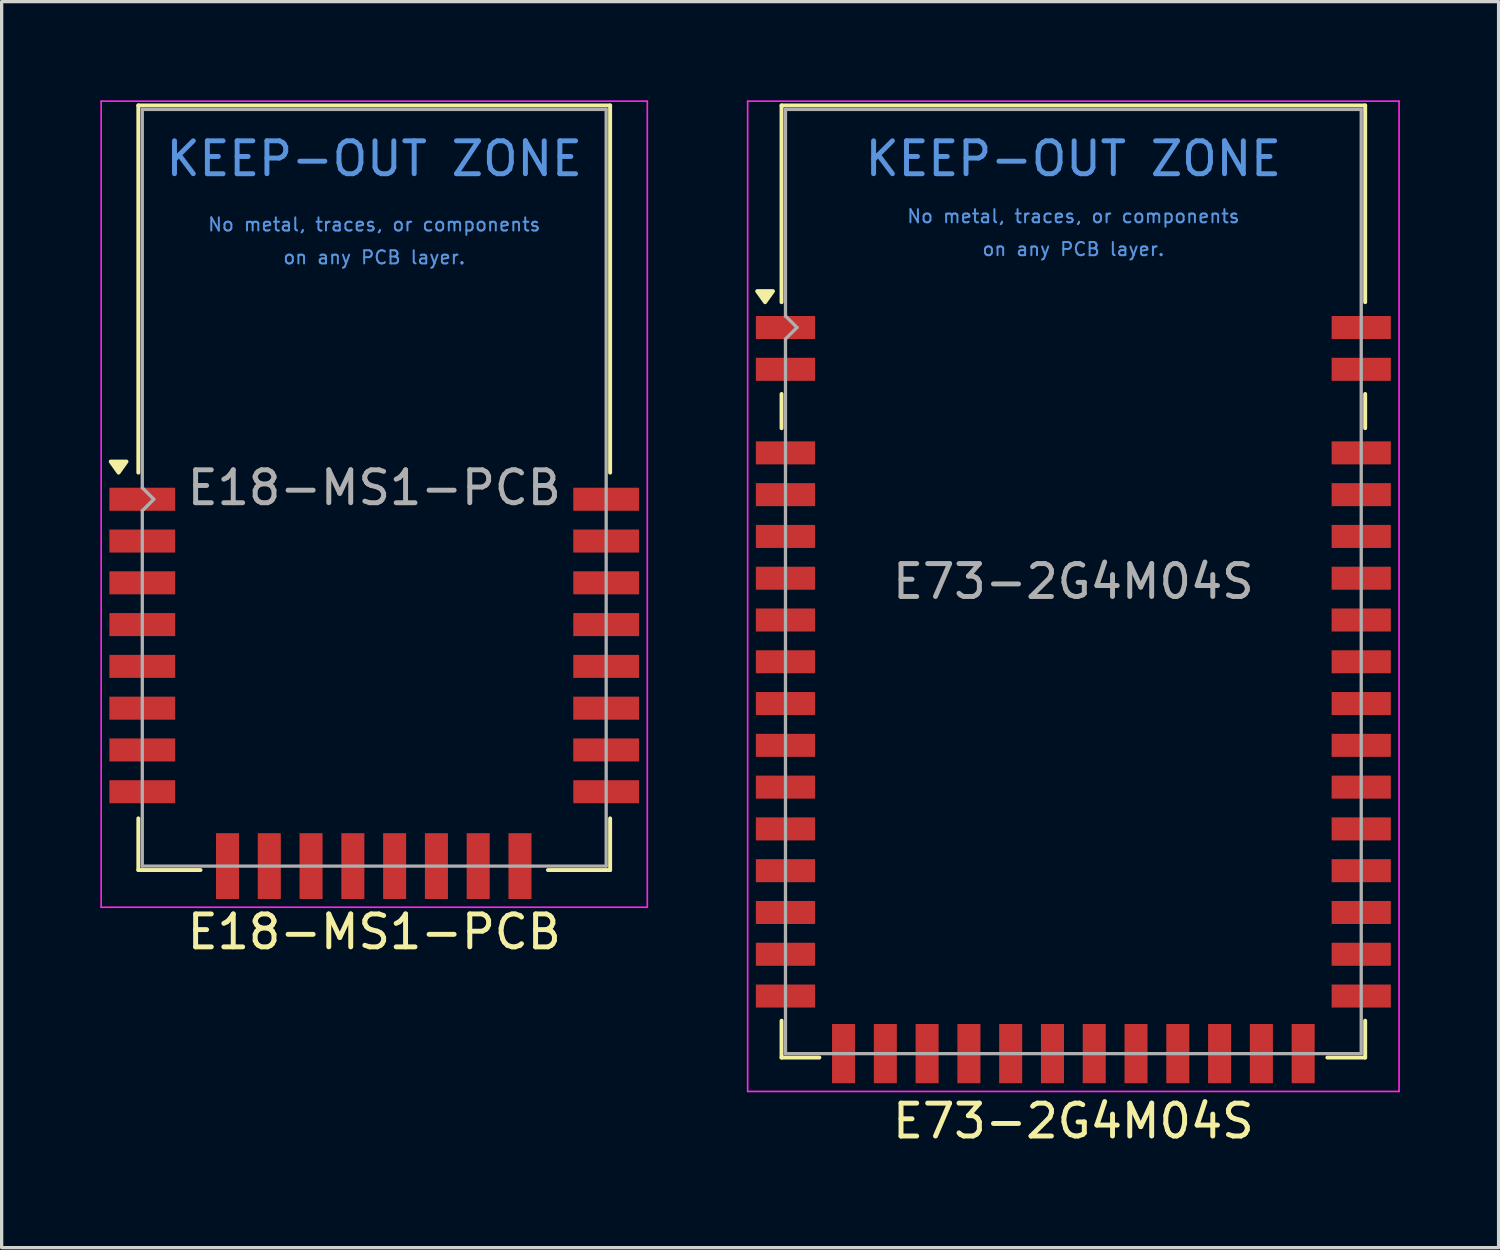
<source format=kicad_pcb>
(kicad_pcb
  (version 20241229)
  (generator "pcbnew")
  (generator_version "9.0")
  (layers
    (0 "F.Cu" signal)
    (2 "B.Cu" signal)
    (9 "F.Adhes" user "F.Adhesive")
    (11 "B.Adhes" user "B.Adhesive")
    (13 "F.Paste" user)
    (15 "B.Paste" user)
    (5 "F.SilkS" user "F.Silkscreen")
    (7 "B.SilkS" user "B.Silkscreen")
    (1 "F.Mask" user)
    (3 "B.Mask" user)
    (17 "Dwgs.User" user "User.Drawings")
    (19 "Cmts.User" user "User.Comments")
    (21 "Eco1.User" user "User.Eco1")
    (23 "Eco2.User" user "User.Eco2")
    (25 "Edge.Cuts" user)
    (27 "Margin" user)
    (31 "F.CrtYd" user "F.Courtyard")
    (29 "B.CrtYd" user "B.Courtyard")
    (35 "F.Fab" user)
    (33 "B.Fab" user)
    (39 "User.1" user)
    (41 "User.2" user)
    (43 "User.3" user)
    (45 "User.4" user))
  (footprint "E73-2G4M04S"
    (layer "F.Cu")
    (at 29.575 14.625)
    (property "Reference" "E73-2G4M04S" (at 0 16.4 0) (layer "F.SilkS") (effects (font (size 1 1) (thickness 0.15))))
    (attr smd)
    (fp_line (start -8.87 -14.47) (end -8.87 -8.49) (stroke (width 0.12) (type solid)) (layer "F.SilkS"))
    (fp_line (start -8.87 -5.7) (end -8.87 -4.66) (stroke (width 0.12) (type solid)) (layer "F.SilkS"))
    (fp_line (start -8.87 14.47) (end -8.87 13.35) (stroke (width 0.12) (type solid)) (layer "F.SilkS"))
    (fp_line (start -8.87 14.47) (end -7.72 14.47) (stroke (width 0.12) (type solid)) (layer "F.SilkS"))
    (fp_line (start 8.87 -14.47) (end -8.87 -14.47) (stroke (width 0.12) (type solid)) (layer "F.SilkS"))
    (fp_line (start 8.87 -14.47) (end 8.87 -8.49) (stroke (width 0.12) (type solid)) (layer "F.SilkS"))
    (fp_line (start 8.87 -5.7) (end 8.87 -4.66) (stroke (width 0.12) (type solid)) (layer "F.SilkS"))
    (fp_line (start 8.87 14.47) (end 7.72 14.47) (stroke (width 0.12) (type solid)) (layer "F.SilkS"))
    (fp_line (start 8.87 14.47) (end 8.87 13.35) (stroke (width 0.12) (type solid)) (layer "F.SilkS"))
    (fp_poly (pts (xy -9.37 -8.49) (xy -9.61 -8.826) (xy -9.13 -8.826) (xy -9.37 -8.49)) (stroke (width 0.12) (type solid)) (fill yes) (layer "F.SilkS"))
    (fp_line (start -9.9 -14.6) (end -9.9 15.5) (stroke (width 0.05) (type solid)) (layer "F.CrtYd"))
    (fp_line (start -9.9 15.5) (end 9.9 15.5) (stroke (width 0.05) (type solid)) (layer "F.CrtYd"))
    (fp_line (start 9.9 -14.6) (end -9.9 -14.6) (stroke (width 0.05) (type solid)) (layer "F.CrtYd"))
    (fp_line (start 9.9 15.5) (end 9.9 -14.6) (stroke (width 0.05) (type solid)) (layer "F.CrtYd"))
    (fp_line (start -8.75 -8.07) (end -8.75 -14.35) (stroke (width 0.1) (type solid)) (layer "F.Fab"))
    (fp_line (start -8.75 -8.07) (end -8.4 -7.72) (stroke (width 0.1) (type solid)) (layer "F.Fab"))
    (fp_line (start -8.75 -7.37) (end -8.75 14.35) (stroke (width 0.1) (type solid)) (layer "F.Fab"))
    (fp_line (start -8.75 14.35) (end 8.75 14.35) (stroke (width 0.1) (type solid)) (layer "F.Fab"))
    (fp_line (start -8.4 -7.72) (end -8.75 -7.37) (stroke (width 0.1) (type solid)) (layer "F.Fab"))
    (fp_line (start 8.75 -14.35) (end -8.75 -14.35) (stroke (width 0.1) (type solid)) (layer "F.Fab"))
    (fp_line (start 8.75 14.35) (end 8.75 -14.35) (stroke (width 0.1) (type solid)) (layer "F.Fab"))
    (fp_text user "on any PCB layer." (at 0 -10.1 0) (layer "Cmts.User") (effects (font (size 0.4 0.4) (thickness 0.06))))
    (fp_text user "No metal, traces, or components" (at 0 -11.1 0) (layer "Cmts.User") (effects (font (size 0.4 0.4) (thickness 0.06))))
    (fp_text user "KEEP-OUT ZONE" (at 0 -12.85 0) (layer "Cmts.User") (effects (font (size 1 1) (thickness 0.15))))
    (fp_text user "${REFERENCE}" (at 0 0 0) (layer "F.Fab") (effects (font (size 1 1) (thickness 0.15))))
    (pad "0" smd rect (at -8.75 -7.72) (size 1.8 0.7) (layers "F.Cu" "F.Mask" "F.Paste"))
    (pad "1" smd rect (at -8.75 -6.45) (size 1.8 0.7) (layers "F.Cu" "F.Mask" "F.Paste"))
    (pad "2" smd rect (at -8.75 -3.91) (size 1.8 0.7) (layers "F.Cu" "F.Mask" "F.Paste"))
    (pad "3" smd rect (at -8.75 -2.64) (size 1.8 0.7) (layers "F.Cu" "F.Mask" "F.Paste"))
    (pad "4" smd rect (at -8.75 -1.37) (size 1.8 0.7) (layers "F.Cu" "F.Mask" "F.Paste"))
    (pad "5" smd rect (at -8.75 -0.1) (size 1.8 0.7) (layers "F.Cu" "F.Mask" "F.Paste"))
    (pad "6" smd rect (at -8.75 1.17) (size 1.8 0.7) (layers "F.Cu" "F.Mask" "F.Paste"))
    (pad "7" smd rect (at -8.75 2.44) (size 1.8 0.7) (layers "F.Cu" "F.Mask" "F.Paste"))
    (pad "8" smd rect (at -8.75 3.71) (size 1.8 0.7) (layers "F.Cu" "F.Mask" "F.Paste"))
    (pad "9" smd rect (at -8.75 4.98) (size 1.8 0.7) (layers "F.Cu" "F.Mask" "F.Paste"))
    (pad "10" smd rect (at -8.75 6.25) (size 1.8 0.7) (layers "F.Cu" "F.Mask" "F.Paste"))
    (pad "11" smd rect (at -8.75 7.52) (size 1.8 0.7) (layers "F.Cu" "F.Mask" "F.Paste"))
    (pad "12" smd rect (at -8.75 8.79) (size 1.8 0.7) (layers "F.Cu" "F.Mask" "F.Paste"))
    (pad "13" smd rect (at -8.75 10.06) (size 1.8 0.7) (layers "F.Cu" "F.Mask" "F.Paste"))
    (pad "14" smd rect (at -8.75 11.33) (size 1.8 0.7) (layers "F.Cu" "F.Mask" "F.Paste"))
    (pad "15" smd rect (at -8.75 12.6) (size 1.8 0.7) (layers "F.Cu" "F.Mask" "F.Paste"))
    (pad "16" smd rect (at -6.985 14.35) (size 0.7 1.8) (layers "F.Cu" "F.Mask" "F.Paste"))
    (pad "17" smd rect (at -5.715 14.35) (size 0.7 1.8) (layers "F.Cu" "F.Mask" "F.Paste"))
    (pad "18" smd rect (at -4.445 14.35) (size 0.7 1.8) (layers "F.Cu" "F.Mask" "F.Paste"))
    (pad "19" smd rect (at -3.175 14.35) (size 0.7 1.8) (layers "F.Cu" "F.Mask" "F.Paste"))
    (pad "20" smd rect (at -1.905 14.35) (size 0.7 1.8) (layers "F.Cu" "F.Mask" "F.Paste"))
    (pad "21" smd rect (at -0.635 14.35) (size 0.7 1.8) (layers "F.Cu" "F.Mask" "F.Paste"))
    (pad "22" smd rect (at 0.635 14.35) (size 0.7 1.8) (layers "F.Cu" "F.Mask" "F.Paste"))
    (pad "23" smd rect (at 1.905 14.35) (size 0.7 1.8) (layers "F.Cu" "F.Mask" "F.Paste"))
    (pad "24" smd rect (at 3.175 14.35) (size 0.7 1.8) (layers "F.Cu" "F.Mask" "F.Paste"))
    (pad "25" smd rect (at 4.445 14.35) (size 0.7 1.8) (layers "F.Cu" "F.Mask" "F.Paste"))
    (pad "26" smd rect (at 5.715 14.35) (size 0.7 1.8) (layers "F.Cu" "F.Mask" "F.Paste"))
    (pad "27" smd rect (at 6.985 14.35) (size 0.7 1.8) (layers "F.Cu" "F.Mask" "F.Paste"))
    (pad "28" smd rect (at 8.75 12.6) (size 1.8 0.7) (layers "F.Cu" "F.Mask" "F.Paste"))
    (pad "29" smd rect (at 8.75 11.33) (size 1.8 0.7) (layers "F.Cu" "F.Mask" "F.Paste"))
    (pad "30" smd rect (at 8.75 10.06) (size 1.8 0.7) (layers "F.Cu" "F.Mask" "F.Paste"))
    (pad "31" smd rect (at 8.75 8.79) (size 1.8 0.7) (layers "F.Cu" "F.Mask" "F.Paste"))
    (pad "32" smd rect (at 8.75 7.52) (size 1.8 0.7) (layers "F.Cu" "F.Mask" "F.Paste"))
    (pad "33" smd rect (at 8.75 6.25) (size 1.8 0.7) (layers "F.Cu" "F.Mask" "F.Paste"))
    (pad "34" smd rect (at 8.75 4.98) (size 1.8 0.7) (layers "F.Cu" "F.Mask" "F.Paste"))
    (pad "35" smd rect (at 8.75 3.71) (size 1.8 0.7) (layers "F.Cu" "F.Mask" "F.Paste"))
    (pad "36" smd rect (at 8.75 2.44) (size 1.8 0.7) (layers "F.Cu" "F.Mask" "F.Paste"))
    (pad "37" smd rect (at 8.75 1.17) (size 1.8 0.7) (layers "F.Cu" "F.Mask" "F.Paste"))
    (pad "38" smd rect (at 8.75 -0.1) (size 1.8 0.7) (layers "F.Cu" "F.Mask" "F.Paste"))
    (pad "39" smd rect (at 8.75 -1.37) (size 1.8 0.7) (layers "F.Cu" "F.Mask" "F.Paste"))
    (pad "40" smd rect (at 8.75 -2.64) (size 1.8 0.7) (layers "F.Cu" "F.Mask" "F.Paste"))
    (pad "41" smd rect (at 8.75 -3.91) (size 1.8 0.7) (layers "F.Cu" "F.Mask" "F.Paste"))
    (pad "42" smd rect (at 8.75 -6.45) (size 1.8 0.7) (layers "F.Cu" "F.Mask" "F.Paste"))
    (pad "43" smd rect (at 8.75 -7.72) (size 1.8 0.7) (layers "F.Cu" "F.Mask" "F.Paste"))
    (zone (net_name "") (layers "F.Cu" "B.Cu") (hatch full 0.508) (connect_pads) (min_thickness 0.254) (filled_areas_thickness no) (keepout (tracks not_allowed) (vias not_allowed) (pads not_allowed) (copperpour not_allowed) (footprints not_allowed)) (placement (enabled no)) (fill) (polygon (pts (xy 20.825 5.775) (xy 38.325 5.775) (xy 38.325 0.275) (xy 20.825 0.275)))))
  (footprint "E18-MS1-PCB"
    (layer "F.Cu")
    (at 8.325 11.775)
    (property "Reference" "E18-MS1-PCB" (at 0 13.5 180) (layer "F.SilkS") (effects (font (size 1 1) (thickness 0.15))))
    (attr smd)
    (fp_line (start -7.17 -11.62) (end -7.17 -0.46) (stroke (width 0.12) (type solid)) (layer "F.SilkS"))
    (fp_line (start -7.17 11.62) (end -7.17 10.05) (stroke (width 0.12) (type solid)) (layer "F.SilkS"))
    (fp_line (start -7.17 11.62) (end -5.28 11.62) (stroke (width 0.12) (type solid)) (layer "F.SilkS"))
    (fp_line (start 5.28 11.62) (end 7.17 11.62) (stroke (width 0.12) (type solid)) (layer "F.SilkS"))
    (fp_line (start 7.17 -11.62) (end -7.17 -11.62) (stroke (width 0.12) (type solid)) (layer "F.SilkS"))
    (fp_line (start 7.17 -0.46) (end 7.17 -11.62) (stroke (width 0.12) (type solid)) (layer "F.SilkS"))
    (fp_line (start 7.17 11.62) (end 7.17 10.05) (stroke (width 0.12) (type solid)) (layer "F.SilkS"))
    (fp_poly (pts (xy -7.77 -0.46) (xy -8.01 -0.796) (xy -7.53 -0.796) (xy -7.77 -0.46)) (stroke (width 0.12) (type solid)) (fill yes) (layer "F.SilkS"))
    (fp_line (start -8.3 -11.75) (end 8.3 -11.75) (stroke (width 0.05) (type solid)) (layer "F.CrtYd"))
    (fp_line (start -8.3 12.75) (end -8.3 -11.75) (stroke (width 0.05) (type solid)) (layer "F.CrtYd"))
    (fp_line (start 8.3 -11.75) (end 8.3 12.75) (stroke (width 0.05) (type solid)) (layer "F.CrtYd"))
    (fp_line (start 8.3 12.75) (end -8.3 12.75) (stroke (width 0.05) (type solid)) (layer "F.CrtYd"))
    (fp_line (start -7.05 -11.5) (end -7.05 0) (stroke (width 0.1) (type solid)) (layer "F.Fab"))
    (fp_line (start -7.05 -11.5) (end 7.05 -11.5) (stroke (width 0.1) (type solid)) (layer "F.Fab"))
    (fp_line (start -7.05 0) (end -6.7 0.35) (stroke (width 0.1) (type solid)) (layer "F.Fab"))
    (fp_line (start -7.05 0.7) (end -7.05 11.5) (stroke (width 0.1) (type solid)) (layer "F.Fab"))
    (fp_line (start -6.7 0.35) (end -7.05 0.7) (stroke (width 0.1) (type solid)) (layer "F.Fab"))
    (fp_line (start 7.05 -11.5) (end 7.05 11.5) (stroke (width 0.1) (type solid)) (layer "F.Fab"))
    (fp_line (start 7.05 11.5) (end -7.05 11.5) (stroke (width 0.1) (type solid)) (layer "F.Fab"))
    (fp_text user "No metal, traces, or components" (at 0 -8 180) (layer "Cmts.User") (effects (font (size 0.4 0.4) (thickness 0.06))))
    (fp_text user "on any PCB layer." (at 0 -7 180) (layer "Cmts.User") (effects (font (size 0.4 0.4) (thickness 0.06))))
    (fp_text user "KEEP-OUT ZONE" (at 0 -10 180) (layer "Cmts.User") (effects (font (size 1 1) (thickness 0.15))))
    (fp_text user "${REFERENCE}" (at 0 0 180) (layer "F.Fab") (effects (font (size 1 1) (thickness 0.15))))
    (pad "1" smd rect (at -7.05 0.35 270) (size 0.7 2) (layers "F.Cu" "F.Mask" "F.Paste"))
    (pad "2" smd rect (at -7.05 1.62 270) (size 0.7 2) (layers "F.Cu" "F.Mask" "F.Paste"))
    (pad "3" smd rect (at -7.05 2.89 270) (size 0.7 2) (layers "F.Cu" "F.Mask" "F.Paste"))
    (pad "4" smd rect (at -7.05 4.16 270) (size 0.7 2) (layers "F.Cu" "F.Mask" "F.Paste"))
    (pad "5" smd rect (at -7.05 5.43 270) (size 0.7 2) (layers "F.Cu" "F.Mask" "F.Paste"))
    (pad "6" smd rect (at -7.05 6.7 270) (size 0.7 2) (layers "F.Cu" "F.Mask" "F.Paste"))
    (pad "7" smd rect (at -7.05 7.97 270) (size 0.7 2) (layers "F.Cu" "F.Mask" "F.Paste"))
    (pad "8" smd rect (at -7.05 9.24 270) (size 0.7 2) (layers "F.Cu" "F.Mask" "F.Paste"))
    (pad "9" smd rect (at -4.46 11.5 180) (size 0.7 2) (layers "F.Cu" "F.Mask" "F.Paste"))
    (pad "10" smd rect (at -3.19 11.5 180) (size 0.7 2) (layers "F.Cu" "F.Mask" "F.Paste"))
    (pad "11" smd rect (at -1.92 11.5 180) (size 0.7 2) (layers "F.Cu" "F.Mask" "F.Paste"))
    (pad "12" smd rect (at -0.65 11.5 180) (size 0.7 2) (layers "F.Cu" "F.Mask" "F.Paste"))
    (pad "13" smd rect (at 0.62 11.5 180) (size 0.7 2) (layers "F.Cu" "F.Mask" "F.Paste"))
    (pad "14" smd rect (at 1.89 11.5 180) (size 0.7 2) (layers "F.Cu" "F.Mask" "F.Paste"))
    (pad "15" smd rect (at 3.16 11.5 180) (size 0.7 2) (layers "F.Cu" "F.Mask" "F.Paste"))
    (pad "16" smd rect (at 4.43 11.5 180) (size 0.7 2) (layers "F.Cu" "F.Mask" "F.Paste"))
    (pad "17" smd rect (at 7.05 9.24 90) (size 0.7 2) (layers "F.Cu" "F.Mask" "F.Paste"))
    (pad "18" smd rect (at 7.05 7.97 90) (size 0.7 2) (layers "F.Cu" "F.Mask" "F.Paste"))
    (pad "19" smd rect (at 7.05 6.7 90) (size 0.7 2) (layers "F.Cu" "F.Mask" "F.Paste"))
    (pad "20" smd rect (at 7.05 5.43 90) (size 0.7 2) (layers "F.Cu" "F.Mask" "F.Paste"))
    (pad "21" smd rect (at 7.05 4.16 90) (size 0.7 2) (layers "F.Cu" "F.Mask" "F.Paste"))
    (pad "22" smd rect (at 7.05 2.89 90) (size 0.7 2) (layers "F.Cu" "F.Mask" "F.Paste"))
    (pad "23" smd rect (at 7.05 1.62 90) (size 0.7 2) (layers "F.Cu" "F.Mask" "F.Paste"))
    (pad "24" smd rect (at 7.05 0.35 90) (size 0.7 2) (layers "F.Cu" "F.Mask" "F.Paste"))
    (zone (net_name "") (layers "F.Cu" "B.Cu") (hatch full 0.508) (connect_pads) (min_thickness 0.254) (filled_areas_thickness no) (keepout (tracks not_allowed) (vias not_allowed) (pads not_allowed) (copperpour not_allowed) (footprints not_allowed)) (placement (enabled no)) (fill) (polygon (pts (xy 15.375 5.775) (xy 1.275 5.775) (xy 1.275 0.275) (xy 15.375 0.275)))))
  (gr_rect
    (start -3 -3)
    (end 42.5 34.873)
    (stroke (width 0.1) (type default))
    (fill no)
    (layer "Edge.Cuts")))
</source>
